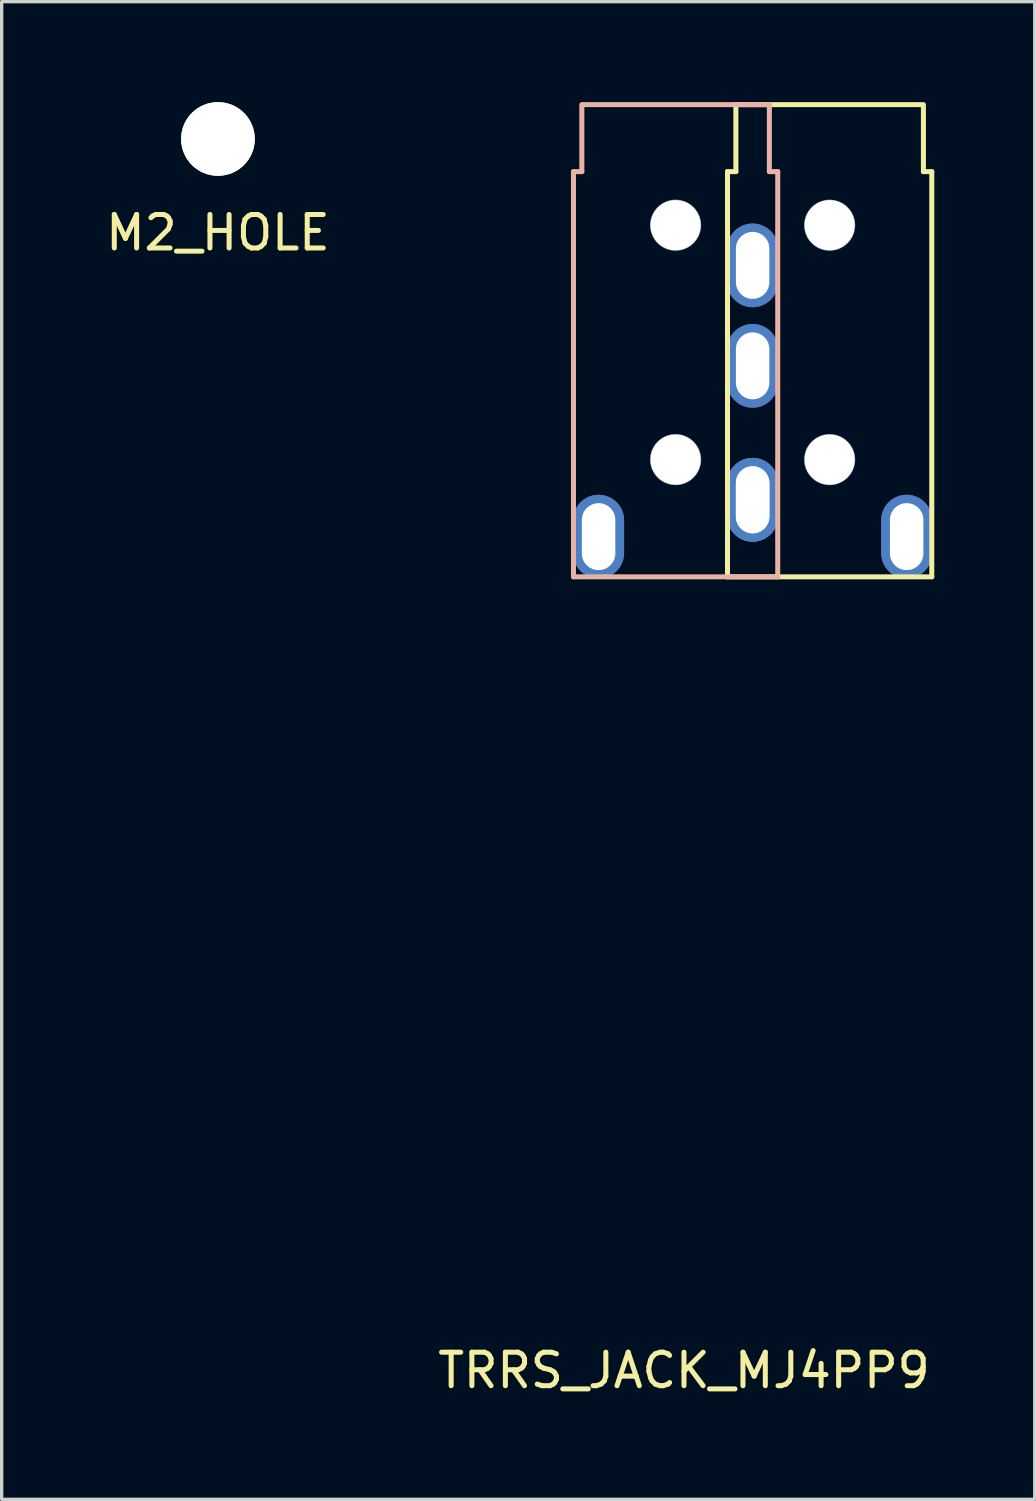
<source format=kicad_pcb>
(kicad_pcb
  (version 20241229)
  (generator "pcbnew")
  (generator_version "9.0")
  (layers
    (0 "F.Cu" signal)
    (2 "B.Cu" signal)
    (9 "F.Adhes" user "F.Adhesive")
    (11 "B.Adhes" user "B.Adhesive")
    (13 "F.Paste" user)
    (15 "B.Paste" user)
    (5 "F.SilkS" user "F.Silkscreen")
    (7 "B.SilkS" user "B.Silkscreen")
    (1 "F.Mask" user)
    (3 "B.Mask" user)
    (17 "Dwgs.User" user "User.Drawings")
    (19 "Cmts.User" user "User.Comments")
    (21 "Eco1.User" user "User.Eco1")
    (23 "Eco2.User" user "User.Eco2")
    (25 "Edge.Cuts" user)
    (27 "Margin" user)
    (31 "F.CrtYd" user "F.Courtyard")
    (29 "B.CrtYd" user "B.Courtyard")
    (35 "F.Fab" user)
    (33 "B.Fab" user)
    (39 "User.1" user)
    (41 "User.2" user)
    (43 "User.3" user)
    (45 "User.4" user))
  (footprint "M2_HOLE"
    (layer "F.Cu")
    (at 3.458 1.1)
    (property "Reference" "M2_HOLE" (at 0 2.8 0) (layer "F.SilkS") (effects (font (size 1 1) (thickness 0.15))))
    (attr through_hole)
    (pad "" np_thru_hole circle (at 0 0) (size 2.2 2.2) (drill 2.2) (layers "*.Cu" "*.Mask" "F.SilkS")))
  (footprint "TRRS_JACK_MJ4PP9"
    (layer "F.Cu")
    (at 18.675 14.175)
    (property "Reference" "TRRS_JACK_MJ4PP9" (at -1.3 23.7 0) (layer "F.SilkS") (effects (font (size 1 1) (thickness 0.15))))
    (attr through_hole)
    (fp_line (start 0 -12.1) (end 0.25 -12.1) (stroke (width 0.15) (type solid)) (layer "F.SilkS"))
    (fp_line (start 0 0) (end 0 -12.1) (stroke (width 0.15) (type solid)) (layer "F.SilkS"))
    (fp_line (start 0 0) (end 6.1 0) (stroke (width 0.15) (type solid)) (layer "F.SilkS"))
    (fp_line (start 0.25 -12.1) (end 0.25 -14.1) (stroke (width 0.15) (type solid)) (layer "F.SilkS"))
    (fp_line (start 5.8 -14.1) (end 0.25 -14.1) (stroke (width 0.15) (type solid)) (layer "F.SilkS"))
    (fp_line (start 5.85 -12.1) (end 5.85 -14.1) (stroke (width 0.15) (type solid)) (layer "F.SilkS"))
    (fp_line (start 6.1 -12.1) (end 5.85 -12.1) (stroke (width 0.15) (type solid)) (layer "F.SilkS"))
    (fp_line (start 6.1 0) (end 6.1 -12.1) (stroke (width 0.15) (type solid)) (layer "F.SilkS"))
    (fp_line (start -4.6 -12.1) (end -4.35 -12.1) (stroke (width 0.15) (type solid)) (layer "B.SilkS"))
    (fp_line (start -4.6 0) (end -4.6 -12.1) (stroke (width 0.15) (type solid)) (layer "B.SilkS"))
    (fp_line (start -4.35 -12.1) (end -4.35 -14.1) (stroke (width 0.15) (type solid)) (layer "B.SilkS"))
    (fp_line (start -4.3 -14.1) (end 1.25 -14.1) (stroke (width 0.15) (type solid)) (layer "B.SilkS"))
    (fp_line (start 1.25 -12.1) (end 1.25 -14.1) (stroke (width 0.15) (type solid)) (layer "B.SilkS"))
    (fp_line (start 1.5 -12.1) (end 1.25 -12.1) (stroke (width 0.15) (type solid)) (layer "B.SilkS"))
    (fp_line (start 1.5 0) (end -4.6 0) (stroke (width 0.15) (type solid)) (layer "B.SilkS"))
    (fp_line (start 1.5 0) (end 1.5 -12.1) (stroke (width 0.15) (type solid)) (layer "B.SilkS"))
    (pad "" np_thru_hole circle (at -1.55 -10.5) (size 1.524 1.524) (drill 1.5) (layers "*.Cu" "*.Mask"))
    (pad "" np_thru_hole circle (at -1.55 -3.5) (size 1.524 1.524) (drill 1.5) (layers "*.Cu" "*.Mask"))
    (pad "" np_thru_hole circle (at 3.05 -10.5) (size 1.524 1.524) (drill 1.5) (layers "*.Cu" "*.Mask"))
    (pad "" np_thru_hole circle (at 3.05 -3.5) (size 1.524 1.524) (drill 1.5) (layers "*.Cu" "*.Mask"))
    (pad "1" thru_hole oval (at 0.75 -9.3) (size 1.524 2.5) (drill oval 1 2) (layers "*.Cu" "*.Mask"))
    (pad "2" thru_hole oval (at 0.75 -6.3) (size 1.524 2.5) (drill oval 1 2) (layers "*.Cu" "*.Mask"))
    (pad "3" thru_hole oval (at 0.75 -2.3) (size 1.524 2.5) (drill oval 1 2) (layers "*.Cu" "*.Mask"))
    (pad "3" thru_hole oval (at 0.75 -2.3) (size 1.524 2.5) (drill oval 1 2) (layers "*.Cu" "*.Mask"))
    (pad "4" thru_hole oval (at 5.35 -1.2) (size 1.524 2.5) (drill oval 1 2) (layers "*.Cu" "*.Mask"))
    (pad "5" thru_hole oval (at -3.85 -1.2) (size 1.524 2.5) (drill oval 1 2) (layers "*.Cu" "*.Mask")))
  (gr_rect
    (start -3 -3)
    (end 27.85 41.723)
    (stroke (width 0.1) (type default))
    (fill no)
    (layer "Edge.Cuts")))
</source>
